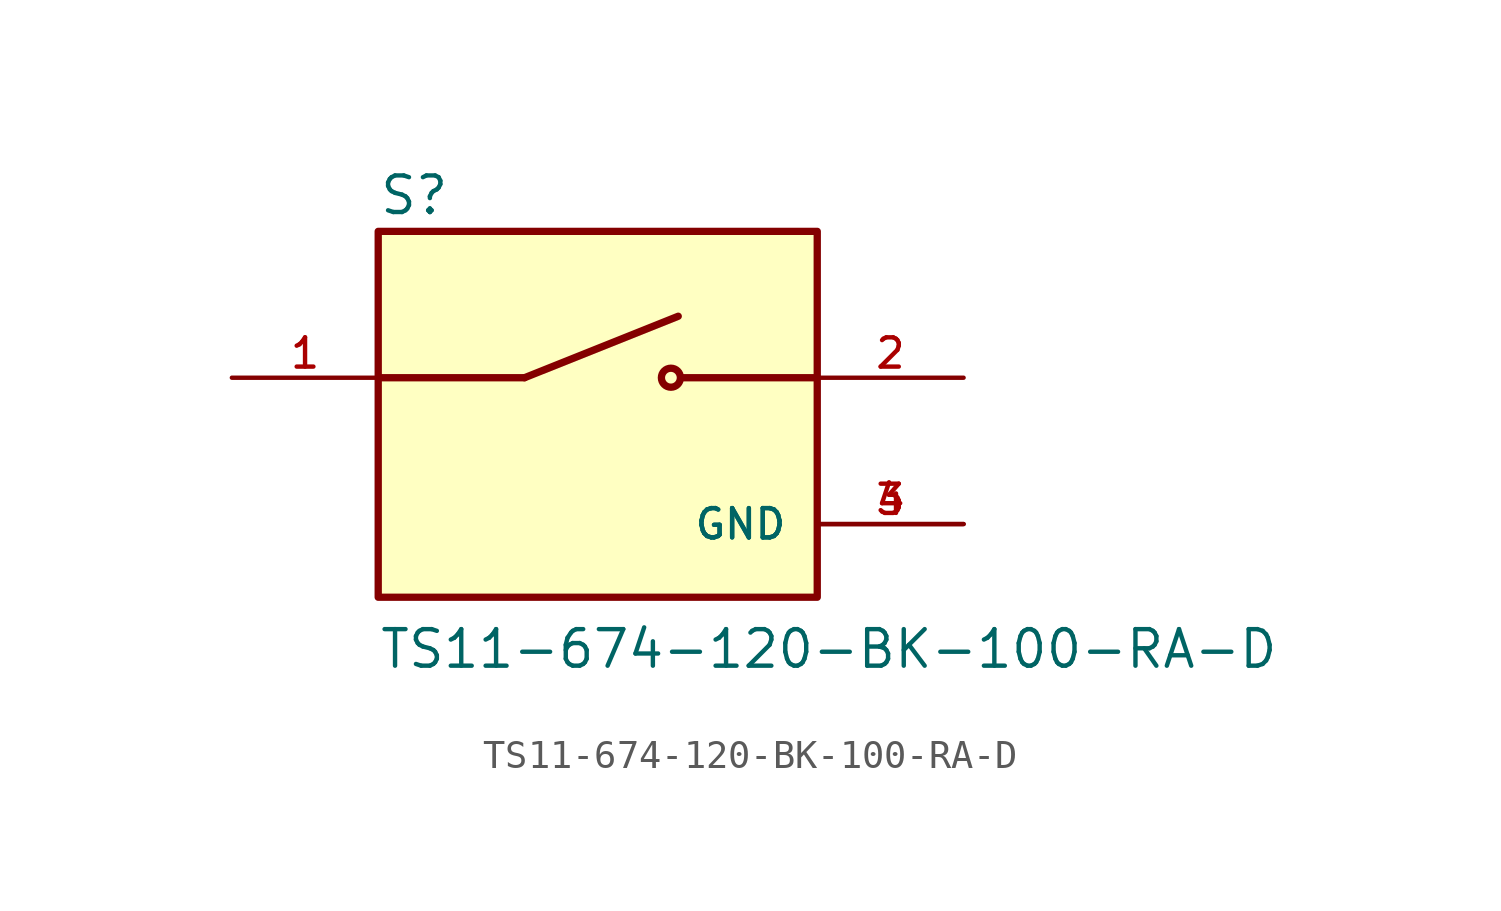
<source format=kicad_sym>
(kicad_symbol_lib
  (version 20211014)
  (generator kicad_symbol_editor)
  (symbol "TS11-674-120-BK-100-RA-D"
    (pin_names
      (offset 1.016))
    (property "Reference" "S"
      (at -7.62 8.128 0)
      (effects (font (size 1.27 1.27)) (justify bottom left)))
    (property "Value" "TS11-674-120-BK-100-RA-D"
      (at -7.62 -7.62 0)
      (effects (font (size 1.27 1.27)) (justify bottom left)))
    (symbol "TS11-674-120-BK-100-RA-D_0_0"
      (polyline (pts (xy -2.54 2.54) (xy 2.794 4.674)) (stroke (width 0.254)))
      (circle (center 2.54 2.54) (radius 0.33) (stroke (width 0.254)) (fill (type none)))
      (polyline (pts (xy 7.62 2.54) (xy 2.921 2.54)) (stroke (width 0.254)))
      (polyline (pts (xy -2.54 2.54) (xy -7.62 2.54)) (stroke (width 0.254)))
      (rectangle (start -7.62 -5.08) (end 7.62 7.62) (stroke (width 0.254)) (fill (type background)))
      (pin passive line (at -12.7 2.54 0) (length 5.08) (name "~" (effects (font (size 1.016 1.016)))) (number "1" (effects (font (size 1.016 1.016)))))
      (pin passive line (at 12.7 2.54 180.0) (length 5.08) (name "~" (effects (font (size 1.016 1.016)))) (number "2" (effects (font (size 1.016 1.016)))))
      (pin power_in line (at 12.7 -2.54 180.0) (length 5.08) (name "GND" (effects (font (size 1.016 1.016)))) (number "3" (effects (font (size 1.016 1.016)))))
      (pin power_in line (at 12.7 -2.54 180.0) (length 5.08) (name "GND" (effects (font (size 1.016 1.016)))) (number "4" (effects (font (size 1.016 1.016))))))))
</source>
